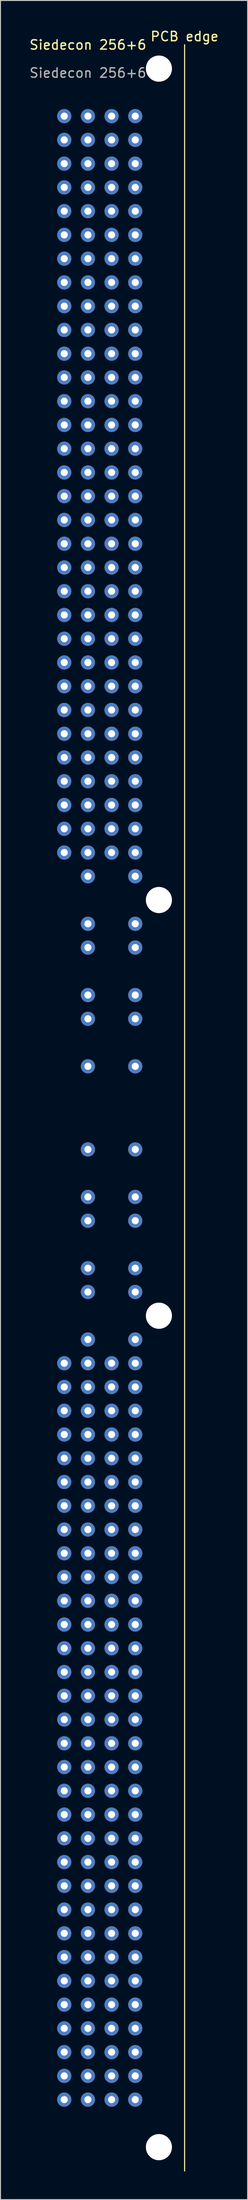
<source format=kicad_pcb>
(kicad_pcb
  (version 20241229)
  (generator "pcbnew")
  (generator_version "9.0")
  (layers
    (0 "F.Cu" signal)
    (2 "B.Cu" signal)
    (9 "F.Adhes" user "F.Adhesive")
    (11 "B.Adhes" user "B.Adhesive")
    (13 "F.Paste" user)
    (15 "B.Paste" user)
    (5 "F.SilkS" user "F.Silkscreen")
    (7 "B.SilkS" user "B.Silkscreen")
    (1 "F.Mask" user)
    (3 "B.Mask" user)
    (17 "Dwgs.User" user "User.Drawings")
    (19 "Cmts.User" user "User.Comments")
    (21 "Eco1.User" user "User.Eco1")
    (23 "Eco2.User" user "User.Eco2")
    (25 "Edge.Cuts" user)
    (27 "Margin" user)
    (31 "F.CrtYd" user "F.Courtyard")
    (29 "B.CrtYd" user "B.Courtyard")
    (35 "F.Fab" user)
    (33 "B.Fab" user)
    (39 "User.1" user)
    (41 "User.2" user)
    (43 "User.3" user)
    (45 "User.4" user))
  (footprint "Siedecon 256+6"
    (layer "F.Cu")
    (at 3.847 9.368)
    (property "Reference" "Siedecon 256+6" (at 2.54 -7.62 0) (unlocked yes) (layer "F.SilkS") (effects (font (size 1 1) (thickness 0.15))))
    (attr through_hole)
    (fp_line (start 12.92 -7.63) (end 12.92 219.72) (stroke (width 0.12) (type solid)) (layer "F.SilkS"))
    (fp_text user "PCB edge" (at 12.914 -8.52 0) (unlocked yes) (layer "F.SilkS") (effects (font (size 1 1) (thickness 0.15))))
    (fp_text user "${REFERENCE}" (at 2.54 -4.62 0) (unlocked yes) (layer "F.Fab") (effects (font (size 1 1) (thickness 0.15))))
    (pad "" np_thru_hole circle (at 10.16 -5.08) (size 2.8 2.8) (drill 2.8) (layers "*.Cu" "*.Mask"))
    (pad "" np_thru_hole circle (at 10.16 83.82) (size 2.8 2.8) (drill 2.8) (layers "*.Cu" "*.Mask"))
    (pad "" np_thru_hole circle (at 10.16 128.27) (size 2.8 2.8) (drill 2.8) (layers "*.Cu" "*.Mask"))
    (pad "" np_thru_hole circle (at 10.16 217.17) (size 2.8 2.8) (drill 2.8) (layers "*.Cu" "*.Mask"))
    (pad "a1" thru_hole circle (at 7.62 0) (size 1.524 1.524) (drill 0.762) (layers "*.Cu" "*.Mask"))
    (pad "a2" thru_hole circle (at 7.62 2.54) (size 1.524 1.524) (drill 0.762) (layers "*.Cu" "*.Mask"))
    (pad "a3" thru_hole circle (at 7.62 5.08) (size 1.524 1.524) (drill 0.762) (layers "*.Cu" "*.Mask"))
    (pad "a4" thru_hole circle (at 7.62 7.62) (size 1.524 1.524) (drill 0.762) (layers "*.Cu" "*.Mask"))
    (pad "a5" thru_hole circle (at 7.62 10.16) (size 1.524 1.524) (drill 0.762) (layers "*.Cu" "*.Mask"))
    (pad "a6" thru_hole circle (at 7.62 12.7) (size 1.524 1.524) (drill 0.762) (layers "*.Cu" "*.Mask"))
    (pad "a7" thru_hole circle (at 7.62 15.24) (size 1.524 1.524) (drill 0.762) (layers "*.Cu" "*.Mask"))
    (pad "a8" thru_hole circle (at 7.62 17.78) (size 1.524 1.524) (drill 0.762) (layers "*.Cu" "*.Mask"))
    (pad "a9" thru_hole circle (at 7.62 20.32) (size 1.524 1.524) (drill 0.762) (layers "*.Cu" "*.Mask"))
    (pad "a10" thru_hole circle (at 7.62 22.86) (size 1.524 1.524) (drill 0.762) (layers "*.Cu" "*.Mask"))
    (pad "a11" thru_hole circle (at 7.62 25.4) (size 1.524 1.524) (drill 0.762) (layers "*.Cu" "*.Mask"))
    (pad "a12" thru_hole circle (at 7.62 27.94) (size 1.524 1.524) (drill 0.762) (layers "*.Cu" "*.Mask"))
    (pad "a13" thru_hole circle (at 7.62 30.48) (size 1.524 1.524) (drill 0.762) (layers "*.Cu" "*.Mask"))
    (pad "a14" thru_hole circle (at 7.62 33.02) (size 1.524 1.524) (drill 0.762) (layers "*.Cu" "*.Mask"))
    (pad "a15" thru_hole circle (at 7.62 35.56) (size 1.524 1.524) (drill 0.762) (layers "*.Cu" "*.Mask"))
    (pad "a16" thru_hole circle (at 7.62 38.1) (size 1.524 1.524) (drill 0.762) (layers "*.Cu" "*.Mask"))
    (pad "a17" thru_hole circle (at 7.62 40.64) (size 1.524 1.524) (drill 0.762) (layers "*.Cu" "*.Mask"))
    (pad "a18" thru_hole circle (at 7.62 43.18) (size 1.524 1.524) (drill 0.762) (layers "*.Cu" "*.Mask"))
    (pad "a19" thru_hole circle (at 7.62 45.72) (size 1.524 1.524) (drill 0.762) (layers "*.Cu" "*.Mask"))
    (pad "a20" thru_hole circle (at 7.62 48.26) (size 1.524 1.524) (drill 0.762) (layers "*.Cu" "*.Mask"))
    (pad "a21" thru_hole circle (at 7.62 50.8) (size 1.524 1.524) (drill 0.762) (layers "*.Cu" "*.Mask"))
    (pad "a22" thru_hole circle (at 7.62 53.34) (size 1.524 1.524) (drill 0.762) (layers "*.Cu" "*.Mask"))
    (pad "a23" thru_hole circle (at 7.62 55.88) (size 1.524 1.524) (drill 0.762) (layers "*.Cu" "*.Mask"))
    (pad "a24" thru_hole circle (at 7.62 58.42) (size 1.524 1.524) (drill 0.762) (layers "*.Cu" "*.Mask"))
    (pad "a25" thru_hole circle (at 7.62 60.96) (size 1.524 1.524) (drill 0.762) (layers "*.Cu" "*.Mask"))
    (pad "a26" thru_hole circle (at 7.62 63.5) (size 1.524 1.524) (drill 0.762) (layers "*.Cu" "*.Mask"))
    (pad "a27" thru_hole circle (at 7.62 66.04) (size 1.524 1.524) (drill 0.762) (layers "*.Cu" "*.Mask"))
    (pad "a28" thru_hole circle (at 7.62 68.58) (size 1.524 1.524) (drill 0.762) (layers "*.Cu" "*.Mask"))
    (pad "a29" thru_hole circle (at 7.62 71.12) (size 1.524 1.524) (drill 0.762) (layers "*.Cu" "*.Mask"))
    (pad "a30" thru_hole circle (at 7.62 73.66) (size 1.524 1.524) (drill 0.762) (layers "*.Cu" "*.Mask"))
    (pad "a31" thru_hole circle (at 7.62 76.2) (size 1.524 1.524) (drill 0.762) (layers "*.Cu" "*.Mask"))
    (pad "a32" thru_hole circle (at 7.62 78.74) (size 1.524 1.524) (drill 0.762) (layers "*.Cu" "*.Mask"))
    (pad "a54" thru_hole circle (at 7.62 133.35) (size 1.524 1.524) (drill 0.762) (layers "*.Cu" "*.Mask"))
    (pad "a55" thru_hole circle (at 7.62 135.89) (size 1.524 1.524) (drill 0.762) (layers "*.Cu" "*.Mask"))
    (pad "a56" thru_hole circle (at 7.62 138.43) (size 1.524 1.524) (drill 0.762) (layers "*.Cu" "*.Mask"))
    (pad "a57" thru_hole circle (at 7.62 140.97) (size 1.524 1.524) (drill 0.762) (layers "*.Cu" "*.Mask"))
    (pad "a58" thru_hole circle (at 7.62 143.51) (size 1.524 1.524) (drill 0.762) (layers "*.Cu" "*.Mask"))
    (pad "a59" thru_hole circle (at 7.62 146.05) (size 1.524 1.524) (drill 0.762) (layers "*.Cu" "*.Mask"))
    (pad "a60" thru_hole circle (at 7.62 148.59) (size 1.524 1.524) (drill 0.762) (layers "*.Cu" "*.Mask"))
    (pad "a61" thru_hole circle (at 7.62 151.13) (size 1.524 1.524) (drill 0.762) (layers "*.Cu" "*.Mask"))
    (pad "a62" thru_hole circle (at 7.62 153.67) (size 1.524 1.524) (drill 0.762) (layers "*.Cu" "*.Mask"))
    (pad "a63" thru_hole circle (at 7.62 156.21) (size 1.524 1.524) (drill 0.762) (layers "*.Cu" "*.Mask"))
    (pad "a64" thru_hole circle (at 7.62 158.75) (size 1.524 1.524) (drill 0.762) (layers "*.Cu" "*.Mask"))
    (pad "a65" thru_hole circle (at 7.62 161.29) (size 1.524 1.524) (drill 0.762) (layers "*.Cu" "*.Mask"))
    (pad "a66" thru_hole circle (at 7.62 163.83) (size 1.524 1.524) (drill 0.762) (layers "*.Cu" "*.Mask"))
    (pad "a67" thru_hole circle (at 7.62 166.37) (size 1.524 1.524) (drill 0.762) (layers "*.Cu" "*.Mask"))
    (pad "a68" thru_hole circle (at 7.62 168.91) (size 1.524 1.524) (drill 0.762) (layers "*.Cu" "*.Mask"))
    (pad "a69" thru_hole circle (at 7.62 171.45) (size 1.524 1.524) (drill 0.762) (layers "*.Cu" "*.Mask"))
    (pad "a70" thru_hole circle (at 7.62 173.99) (size 1.524 1.524) (drill 0.762) (layers "*.Cu" "*.Mask"))
    (pad "a71" thru_hole circle (at 7.62 176.53) (size 1.524 1.524) (drill 0.762) (layers "*.Cu" "*.Mask"))
    (pad "a72" thru_hole circle (at 7.62 179.07) (size 1.524 1.524) (drill 0.762) (layers "*.Cu" "*.Mask"))
    (pad "a73" thru_hole circle (at 7.62 181.61) (size 1.524 1.524) (drill 0.762) (layers "*.Cu" "*.Mask"))
    (pad "a74" thru_hole circle (at 7.62 184.15) (size 1.524 1.524) (drill 0.762) (layers "*.Cu" "*.Mask"))
    (pad "a75" thru_hole circle (at 7.62 186.69) (size 1.524 1.524) (drill 0.762) (layers "*.Cu" "*.Mask"))
    (pad "a76" thru_hole circle (at 7.62 189.23) (size 1.524 1.524) (drill 0.762) (layers "*.Cu" "*.Mask"))
    (pad "a77" thru_hole circle (at 7.62 191.77) (size 1.524 1.524) (drill 0.762) (layers "*.Cu" "*.Mask"))
    (pad "a78" thru_hole circle (at 7.62 194.31) (size 1.524 1.524) (drill 0.762) (layers "*.Cu" "*.Mask"))
    (pad "a79" thru_hole circle (at 7.62 196.85) (size 1.524 1.524) (drill 0.762) (layers "*.Cu" "*.Mask"))
    (pad "a80" thru_hole circle (at 7.62 199.39) (size 1.524 1.524) (drill 0.762) (layers "*.Cu" "*.Mask"))
    (pad "a81" thru_hole circle (at 7.62 201.93) (size 1.524 1.524) (drill 0.762) (layers "*.Cu" "*.Mask"))
    (pad "a82" thru_hole circle (at 7.62 204.47) (size 1.524 1.524) (drill 0.762) (layers "*.Cu" "*.Mask"))
    (pad "a83" thru_hole circle (at 7.62 207.01) (size 1.524 1.524) (drill 0.762) (layers "*.Cu" "*.Mask"))
    (pad "a84" thru_hole circle (at 7.62 209.55) (size 1.524 1.524) (drill 0.762) (layers "*.Cu" "*.Mask"))
    (pad "a85" thru_hole circle (at 7.62 212.09) (size 1.524 1.524) (drill 0.762) (layers "*.Cu" "*.Mask"))
    (pad "b1" thru_hole circle (at 5.08 0) (size 1.524 1.524) (drill 0.762) (layers "*.Cu" "*.Mask"))
    (pad "b2" thru_hole circle (at 5.08 2.54) (size 1.524 1.524) (drill 0.762) (layers "*.Cu" "*.Mask"))
    (pad "b3" thru_hole circle (at 5.08 5.08) (size 1.524 1.524) (drill 0.762) (layers "*.Cu" "*.Mask"))
    (pad "b4" thru_hole circle (at 5.08 7.62) (size 1.524 1.524) (drill 0.762) (layers "*.Cu" "*.Mask"))
    (pad "b5" thru_hole circle (at 5.08 10.16) (size 1.524 1.524) (drill 0.762) (layers "*.Cu" "*.Mask"))
    (pad "b6" thru_hole circle (at 5.08 12.7) (size 1.524 1.524) (drill 0.762) (layers "*.Cu" "*.Mask"))
    (pad "b7" thru_hole circle (at 5.08 15.24) (size 1.524 1.524) (drill 0.762) (layers "*.Cu" "*.Mask"))
    (pad "b8" thru_hole circle (at 5.08 17.78) (size 1.524 1.524) (drill 0.762) (layers "*.Cu" "*.Mask"))
    (pad "b9" thru_hole circle (at 5.08 20.32) (size 1.524 1.524) (drill 0.762) (layers "*.Cu" "*.Mask"))
    (pad "b10" thru_hole circle (at 5.08 22.86) (size 1.524 1.524) (drill 0.762) (layers "*.Cu" "*.Mask"))
    (pad "b11" thru_hole circle (at 5.08 25.4) (size 1.524 1.524) (drill 0.762) (layers "*.Cu" "*.Mask"))
    (pad "b12" thru_hole circle (at 5.08 27.94) (size 1.524 1.524) (drill 0.762) (layers "*.Cu" "*.Mask"))
    (pad "b13" thru_hole circle (at 5.08 30.48) (size 1.524 1.524) (drill 0.762) (layers "*.Cu" "*.Mask"))
    (pad "b14" thru_hole circle (at 5.08 33.02) (size 1.524 1.524) (drill 0.762) (layers "*.Cu" "*.Mask"))
    (pad "b15" thru_hole circle (at 5.08 35.56) (size 1.524 1.524) (drill 0.762) (layers "*.Cu" "*.Mask"))
    (pad "b16" thru_hole circle (at 5.08 38.1) (size 1.524 1.524) (drill 0.762) (layers "*.Cu" "*.Mask"))
    (pad "b17" thru_hole circle (at 5.08 40.64) (size 1.524 1.524) (drill 0.762) (layers "*.Cu" "*.Mask"))
    (pad "b18" thru_hole circle (at 5.08 43.18) (size 1.524 1.524) (drill 0.762) (layers "*.Cu" "*.Mask"))
    (pad "b19" thru_hole circle (at 5.08 45.72) (size 1.524 1.524) (drill 0.762) (layers "*.Cu" "*.Mask"))
    (pad "b20" thru_hole circle (at 5.08 48.26) (size 1.524 1.524) (drill 0.762) (layers "*.Cu" "*.Mask"))
    (pad "b21" thru_hole circle (at 5.08 50.8) (size 1.524 1.524) (drill 0.762) (layers "*.Cu" "*.Mask"))
    (pad "b22" thru_hole circle (at 5.08 53.34) (size 1.524 1.524) (drill 0.762) (layers "*.Cu" "*.Mask"))
    (pad "b23" thru_hole circle (at 5.08 55.88) (size 1.524 1.524) (drill 0.762) (layers "*.Cu" "*.Mask"))
    (pad "b24" thru_hole circle (at 5.08 58.42) (size 1.524 1.524) (drill 0.762) (layers "*.Cu" "*.Mask"))
    (pad "b25" thru_hole circle (at 5.08 60.96) (size 1.524 1.524) (drill 0.762) (layers "*.Cu" "*.Mask"))
    (pad "b26" thru_hole circle (at 5.08 63.5) (size 1.524 1.524) (drill 0.762) (layers "*.Cu" "*.Mask"))
    (pad "b27" thru_hole circle (at 5.08 66.04) (size 1.524 1.524) (drill 0.762) (layers "*.Cu" "*.Mask"))
    (pad "b28" thru_hole circle (at 5.08 68.58) (size 1.524 1.524) (drill 0.762) (layers "*.Cu" "*.Mask"))
    (pad "b29" thru_hole circle (at 5.08 71.12) (size 1.524 1.524) (drill 0.762) (layers "*.Cu" "*.Mask"))
    (pad "b30" thru_hole circle (at 5.08 73.66) (size 1.524 1.524) (drill 0.762) (layers "*.Cu" "*.Mask"))
    (pad "b31" thru_hole circle (at 5.08 76.2) (size 1.524 1.524) (drill 0.762) (layers "*.Cu" "*.Mask"))
    (pad "b32" thru_hole circle (at 5.08 78.74) (size 1.524 1.524) (drill 0.762) (layers "*.Cu" "*.Mask"))
    (pad "b54" thru_hole circle (at 5.08 133.35) (size 1.524 1.524) (drill 0.762) (layers "*.Cu" "*.Mask"))
    (pad "b55" thru_hole circle (at 5.08 135.89) (size 1.524 1.524) (drill 0.762) (layers "*.Cu" "*.Mask"))
    (pad "b56" thru_hole circle (at 5.08 138.43) (size 1.524 1.524) (drill 0.762) (layers "*.Cu" "*.Mask"))
    (pad "b57" thru_hole circle (at 5.08 140.97) (size 1.524 1.524) (drill 0.762) (layers "*.Cu" "*.Mask"))
    (pad "b58" thru_hole circle (at 5.08 143.51) (size 1.524 1.524) (drill 0.762) (layers "*.Cu" "*.Mask"))
    (pad "b59" thru_hole circle (at 5.08 146.05) (size 1.524 1.524) (drill 0.762) (layers "*.Cu" "*.Mask"))
    (pad "b60" thru_hole circle (at 5.08 148.59) (size 1.524 1.524) (drill 0.762) (layers "*.Cu" "*.Mask"))
    (pad "b61" thru_hole circle (at 5.08 151.13) (size 1.524 1.524) (drill 0.762) (layers "*.Cu" "*.Mask"))
    (pad "b62" thru_hole circle (at 5.08 153.67) (size 1.524 1.524) (drill 0.762) (layers "*.Cu" "*.Mask"))
    (pad "b63" thru_hole circle (at 5.08 156.21) (size 1.524 1.524) (drill 0.762) (layers "*.Cu" "*.Mask"))
    (pad "b64" thru_hole circle (at 5.08 158.75) (size 1.524 1.524) (drill 0.762) (layers "*.Cu" "*.Mask"))
    (pad "b65" thru_hole circle (at 5.08 161.29) (size 1.524 1.524) (drill 0.762) (layers "*.Cu" "*.Mask"))
    (pad "b66" thru_hole circle (at 5.08 163.83) (size 1.524 1.524) (drill 0.762) (layers "*.Cu" "*.Mask"))
    (pad "b67" thru_hole circle (at 5.08 166.37) (size 1.524 1.524) (drill 0.762) (layers "*.Cu" "*.Mask"))
    (pad "b68" thru_hole circle (at 5.08 168.91) (size 1.524 1.524) (drill 0.762) (layers "*.Cu" "*.Mask"))
    (pad "b69" thru_hole circle (at 5.08 171.45) (size 1.524 1.524) (drill 0.762) (layers "*.Cu" "*.Mask"))
    (pad "b70" thru_hole circle (at 5.08 173.99) (size 1.524 1.524) (drill 0.762) (layers "*.Cu" "*.Mask"))
    (pad "b71" thru_hole circle (at 5.08 176.53) (size 1.524 1.524) (drill 0.762) (layers "*.Cu" "*.Mask"))
    (pad "b72" thru_hole circle (at 5.08 179.07) (size 1.524 1.524) (drill 0.762) (layers "*.Cu" "*.Mask"))
    (pad "b73" thru_hole circle (at 5.08 181.61) (size 1.524 1.524) (drill 0.762) (layers "*.Cu" "*.Mask"))
    (pad "b74" thru_hole circle (at 5.08 184.15) (size 1.524 1.524) (drill 0.762) (layers "*.Cu" "*.Mask"))
    (pad "b75" thru_hole circle (at 5.08 186.69) (size 1.524 1.524) (drill 0.762) (layers "*.Cu" "*.Mask"))
    (pad "b76" thru_hole circle (at 5.08 189.23) (size 1.524 1.524) (drill 0.762) (layers "*.Cu" "*.Mask"))
    (pad "b77" thru_hole circle (at 5.08 191.77) (size 1.524 1.524) (drill 0.762) (layers "*.Cu" "*.Mask"))
    (pad "b78" thru_hole circle (at 5.08 194.31) (size 1.524 1.524) (drill 0.762) (layers "*.Cu" "*.Mask"))
    (pad "b79" thru_hole circle (at 5.08 196.85) (size 1.524 1.524) (drill 0.762) (layers "*.Cu" "*.Mask"))
    (pad "b80" thru_hole circle (at 5.08 199.39) (size 1.524 1.524) (drill 0.762) (layers "*.Cu" "*.Mask"))
    (pad "b81" thru_hole circle (at 5.08 201.93) (size 1.524 1.524) (drill 0.762) (layers "*.Cu" "*.Mask"))
    (pad "b82" thru_hole circle (at 5.08 204.47) (size 1.524 1.524) (drill 0.762) (layers "*.Cu" "*.Mask"))
    (pad "b83" thru_hole circle (at 5.08 207.01) (size 1.524 1.524) (drill 0.762) (layers "*.Cu" "*.Mask"))
    (pad "b84" thru_hole circle (at 5.08 209.55) (size 1.524 1.524) (drill 0.762) (layers "*.Cu" "*.Mask"))
    (pad "b85" thru_hole circle (at 5.08 212.09) (size 1.524 1.524) (drill 0.762) (layers "*.Cu" "*.Mask"))
    (pad "c1" thru_hole circle (at 2.54 0) (size 1.524 1.524) (drill 0.762) (layers "*.Cu" "*.Mask"))
    (pad "c2" thru_hole circle (at 2.54 2.54) (size 1.524 1.524) (drill 0.762) (layers "*.Cu" "*.Mask"))
    (pad "c3" thru_hole circle (at 2.54 5.08) (size 1.524 1.524) (drill 0.762) (layers "*.Cu" "*.Mask"))
    (pad "c4" thru_hole circle (at 2.54 7.62) (size 1.524 1.524) (drill 0.762) (layers "*.Cu" "*.Mask"))
    (pad "c5" thru_hole circle (at 2.54 10.16) (size 1.524 1.524) (drill 0.762) (layers "*.Cu" "*.Mask"))
    (pad "c6" thru_hole circle (at 2.54 12.7) (size 1.524 1.524) (drill 0.762) (layers "*.Cu" "*.Mask"))
    (pad "c7" thru_hole circle (at 2.54 15.24) (size 1.524 1.524) (drill 0.762) (layers "*.Cu" "*.Mask"))
    (pad "c8" thru_hole circle (at 2.54 17.78) (size 1.524 1.524) (drill 0.762) (layers "*.Cu" "*.Mask"))
    (pad "c9" thru_hole circle (at 2.54 20.32) (size 1.524 1.524) (drill 0.762) (layers "*.Cu" "*.Mask"))
    (pad "c10" thru_hole circle (at 2.54 22.86) (size 1.524 1.524) (drill 0.762) (layers "*.Cu" "*.Mask"))
    (pad "c11" thru_hole circle (at 2.54 25.4) (size 1.524 1.524) (drill 0.762) (layers "*.Cu" "*.Mask"))
    (pad "c12" thru_hole circle (at 2.54 27.94) (size 1.524 1.524) (drill 0.762) (layers "*.Cu" "*.Mask"))
    (pad "c13" thru_hole circle (at 2.54 30.48) (size 1.524 1.524) (drill 0.762) (layers "*.Cu" "*.Mask"))
    (pad "c14" thru_hole circle (at 2.54 33.02) (size 1.524 1.524) (drill 0.762) (layers "*.Cu" "*.Mask"))
    (pad "c15" thru_hole circle (at 2.54 35.56) (size 1.524 1.524) (drill 0.762) (layers "*.Cu" "*.Mask"))
    (pad "c16" thru_hole circle (at 2.54 38.1) (size 1.524 1.524) (drill 0.762) (layers "*.Cu" "*.Mask"))
    (pad "c17" thru_hole circle (at 2.54 40.64) (size 1.524 1.524) (drill 0.762) (layers "*.Cu" "*.Mask"))
    (pad "c18" thru_hole circle (at 2.54 43.18) (size 1.524 1.524) (drill 0.762) (layers "*.Cu" "*.Mask"))
    (pad "c19" thru_hole circle (at 2.54 45.72) (size 1.524 1.524) (drill 0.762) (layers "*.Cu" "*.Mask"))
    (pad "c20" thru_hole circle (at 2.54 48.26) (size 1.524 1.524) (drill 0.762) (layers "*.Cu" "*.Mask"))
    (pad "c21" thru_hole circle (at 2.54 50.8) (size 1.524 1.524) (drill 0.762) (layers "*.Cu" "*.Mask"))
    (pad "c22" thru_hole circle (at 2.54 53.34) (size 1.524 1.524) (drill 0.762) (layers "*.Cu" "*.Mask"))
    (pad "c23" thru_hole circle (at 2.54 55.88) (size 1.524 1.524) (drill 0.762) (layers "*.Cu" "*.Mask"))
    (pad "c24" thru_hole circle (at 2.54 58.42) (size 1.524 1.524) (drill 0.762) (layers "*.Cu" "*.Mask"))
    (pad "c25" thru_hole circle (at 2.54 60.96) (size 1.524 1.524) (drill 0.762) (layers "*.Cu" "*.Mask"))
    (pad "c26" thru_hole circle (at 2.54 63.5) (size 1.524 1.524) (drill 0.762) (layers "*.Cu" "*.Mask"))
    (pad "c27" thru_hole circle (at 2.54 66.04) (size 1.524 1.524) (drill 0.762) (layers "*.Cu" "*.Mask"))
    (pad "c28" thru_hole circle (at 2.54 68.58) (size 1.524 1.524) (drill 0.762) (layers "*.Cu" "*.Mask"))
    (pad "c29" thru_hole circle (at 2.54 71.12) (size 1.524 1.524) (drill 0.762) (layers "*.Cu" "*.Mask"))
    (pad "c30" thru_hole circle (at 2.54 73.66) (size 1.524 1.524) (drill 0.762) (layers "*.Cu" "*.Mask"))
    (pad "c31" thru_hole circle (at 2.54 76.2) (size 1.524 1.524) (drill 0.762) (layers "*.Cu" "*.Mask"))
    (pad "c32" thru_hole circle (at 2.54 78.74) (size 1.524 1.524) (drill 0.762) (layers "*.Cu" "*.Mask"))
    (pad "c54" thru_hole circle (at 2.54 133.35) (size 1.524 1.524) (drill 0.762) (layers "*.Cu" "*.Mask"))
    (pad "c55" thru_hole circle (at 2.54 135.89) (size 1.524 1.524) (drill 0.762) (layers "*.Cu" "*.Mask"))
    (pad "c56" thru_hole circle (at 2.54 138.43) (size 1.524 1.524) (drill 0.762) (layers "*.Cu" "*.Mask"))
    (pad "c57" thru_hole circle (at 2.54 140.97) (size 1.524 1.524) (drill 0.762) (layers "*.Cu" "*.Mask"))
    (pad "c58" thru_hole circle (at 2.54 143.51) (size 1.524 1.524) (drill 0.762) (layers "*.Cu" "*.Mask"))
    (pad "c59" thru_hole circle (at 2.54 146.05) (size 1.524 1.524) (drill 0.762) (layers "*.Cu" "*.Mask"))
    (pad "c60" thru_hole circle (at 2.54 148.59) (size 1.524 1.524) (drill 0.762) (layers "*.Cu" "*.Mask"))
    (pad "c61" thru_hole circle (at 2.54 151.13) (size 1.524 1.524) (drill 0.762) (layers "*.Cu" "*.Mask"))
    (pad "c62" thru_hole circle (at 2.54 153.67) (size 1.524 1.524) (drill 0.762) (layers "*.Cu" "*.Mask"))
    (pad "c63" thru_hole circle (at 2.54 156.21) (size 1.524 1.524) (drill 0.762) (layers "*.Cu" "*.Mask"))
    (pad "c64" thru_hole circle (at 2.54 158.75) (size 1.524 1.524) (drill 0.762) (layers "*.Cu" "*.Mask"))
    (pad "c65" thru_hole circle (at 2.54 161.29) (size 1.524 1.524) (drill 0.762) (layers "*.Cu" "*.Mask"))
    (pad "c66" thru_hole circle (at 2.54 163.83) (size 1.524 1.524) (drill 0.762) (layers "*.Cu" "*.Mask"))
    (pad "c67" thru_hole circle (at 2.54 166.37) (size 1.524 1.524) (drill 0.762) (layers "*.Cu" "*.Mask"))
    (pad "c68" thru_hole circle (at 2.54 168.91) (size 1.524 1.524) (drill 0.762) (layers "*.Cu" "*.Mask"))
    (pad "c69" thru_hole circle (at 2.54 171.45) (size 1.524 1.524) (drill 0.762) (layers "*.Cu" "*.Mask"))
    (pad "c70" thru_hole circle (at 2.54 173.99) (size 1.524 1.524) (drill 0.762) (layers "*.Cu" "*.Mask"))
    (pad "c71" thru_hole circle (at 2.54 176.53) (size 1.524 1.524) (drill 0.762) (layers "*.Cu" "*.Mask"))
    (pad "c72" thru_hole circle (at 2.54 179.07) (size 1.524 1.524) (drill 0.762) (layers "*.Cu" "*.Mask"))
    (pad "c73" thru_hole circle (at 2.54 181.61) (size 1.524 1.524) (drill 0.762) (layers "*.Cu" "*.Mask"))
    (pad "c74" thru_hole circle (at 2.54 184.15) (size 1.524 1.524) (drill 0.762) (layers "*.Cu" "*.Mask"))
    (pad "c75" thru_hole circle (at 2.54 186.69) (size 1.524 1.524) (drill 0.762) (layers "*.Cu" "*.Mask"))
    (pad "c76" thru_hole circle (at 2.54 189.23) (size 1.524 1.524) (drill 0.762) (layers "*.Cu" "*.Mask"))
    (pad "c77" thru_hole circle (at 2.54 191.77) (size 1.524 1.524) (drill 0.762) (layers "*.Cu" "*.Mask"))
    (pad "c78" thru_hole circle (at 2.54 194.31) (size 1.524 1.524) (drill 0.762) (layers "*.Cu" "*.Mask"))
    (pad "c79" thru_hole circle (at 2.54 196.85) (size 1.524 1.524) (drill 0.762) (layers "*.Cu" "*.Mask"))
    (pad "c80" thru_hole circle (at 2.54 199.39) (size 1.524 1.524) (drill 0.762) (layers "*.Cu" "*.Mask"))
    (pad "c81" thru_hole circle (at 2.54 201.93) (size 1.524 1.524) (drill 0.762) (layers "*.Cu" "*.Mask"))
    (pad "c82" thru_hole circle (at 2.54 204.47) (size 1.524 1.524) (drill 0.762) (layers "*.Cu" "*.Mask"))
    (pad "c83" thru_hole circle (at 2.54 207.01) (size 1.524 1.524) (drill 0.762) (layers "*.Cu" "*.Mask"))
    (pad "c84" thru_hole circle (at 2.54 209.55) (size 1.524 1.524) (drill 0.762) (layers "*.Cu" "*.Mask"))
    (pad "c85" thru_hole circle (at 2.54 212.09) (size 1.524 1.524) (drill 0.762) (layers "*.Cu" "*.Mask"))
    (pad "d1" thru_hole circle (at 0 0) (size 1.524 1.524) (drill 0.762) (layers "*.Cu" "*.Mask"))
    (pad "d2" thru_hole circle (at 0 2.54) (size 1.524 1.524) (drill 0.762) (layers "*.Cu" "*.Mask"))
    (pad "d3" thru_hole circle (at 0 5.08) (size 1.524 1.524) (drill 0.762) (layers "*.Cu" "*.Mask"))
    (pad "d4" thru_hole circle (at 0 7.62) (size 1.524 1.524) (drill 0.762) (layers "*.Cu" "*.Mask"))
    (pad "d5" thru_hole circle (at 0 10.16) (size 1.524 1.524) (drill 0.762) (layers "*.Cu" "*.Mask"))
    (pad "d6" thru_hole circle (at 0 12.7) (size 1.524 1.524) (drill 0.762) (layers "*.Cu" "*.Mask"))
    (pad "d7" thru_hole circle (at 0 15.24) (size 1.524 1.524) (drill 0.762) (layers "*.Cu" "*.Mask"))
    (pad "d8" thru_hole circle (at 0 17.78) (size 1.524 1.524) (drill 0.762) (layers "*.Cu" "*.Mask"))
    (pad "d9" thru_hole circle (at 0 20.32) (size 1.524 1.524) (drill 0.762) (layers "*.Cu" "*.Mask"))
    (pad "d10" thru_hole circle (at 0 22.86) (size 1.524 1.524) (drill 0.762) (layers "*.Cu" "*.Mask"))
    (pad "d11" thru_hole circle (at 0 25.4) (size 1.524 1.524) (drill 0.762) (layers "*.Cu" "*.Mask"))
    (pad "d12" thru_hole circle (at 0 27.94) (size 1.524 1.524) (drill 0.762) (layers "*.Cu" "*.Mask"))
    (pad "d13" thru_hole circle (at 0 30.48) (size 1.524 1.524) (drill 0.762) (layers "*.Cu" "*.Mask"))
    (pad "d14" thru_hole circle (at 0 33.02) (size 1.524 1.524) (drill 0.762) (layers "*.Cu" "*.Mask"))
    (pad "d15" thru_hole circle (at 0 35.56) (size 1.524 1.524) (drill 0.762) (layers "*.Cu" "*.Mask"))
    (pad "d16" thru_hole circle (at 0 38.1) (size 1.524 1.524) (drill 0.762) (layers "*.Cu" "*.Mask"))
    (pad "d17" thru_hole circle (at 0 40.64) (size 1.524 1.524) (drill 0.762) (layers "*.Cu" "*.Mask"))
    (pad "d18" thru_hole circle (at 0 43.18) (size 1.524 1.524) (drill 0.762) (layers "*.Cu" "*.Mask"))
    (pad "d19" thru_hole circle (at 0 45.72) (size 1.524 1.524) (drill 0.762) (layers "*.Cu" "*.Mask"))
    (pad "d20" thru_hole circle (at 0 48.26) (size 1.524 1.524) (drill 0.762) (layers "*.Cu" "*.Mask"))
    (pad "d21" thru_hole circle (at 0 50.8) (size 1.524 1.524) (drill 0.762) (layers "*.Cu" "*.Mask"))
    (pad "d22" thru_hole circle (at 0 53.34) (size 1.524 1.524) (drill 0.762) (layers "*.Cu" "*.Mask"))
    (pad "d23" thru_hole circle (at 0 55.88) (size 1.524 1.524) (drill 0.762) (layers "*.Cu" "*.Mask"))
    (pad "d24" thru_hole circle (at 0 58.42) (size 1.524 1.524) (drill 0.762) (layers "*.Cu" "*.Mask"))
    (pad "d25" thru_hole circle (at 0 60.96) (size 1.524 1.524) (drill 0.762) (layers "*.Cu" "*.Mask"))
    (pad "d26" thru_hole circle (at 0 63.5) (size 1.524 1.524) (drill 0.762) (layers "*.Cu" "*.Mask"))
    (pad "d27" thru_hole circle (at 0 66.04) (size 1.524 1.524) (drill 0.762) (layers "*.Cu" "*.Mask"))
    (pad "d28" thru_hole circle (at 0 68.58) (size 1.524 1.524) (drill 0.762) (layers "*.Cu" "*.Mask"))
    (pad "d29" thru_hole circle (at 0 71.12) (size 1.524 1.524) (drill 0.762) (layers "*.Cu" "*.Mask"))
    (pad "d30" thru_hole circle (at 0 73.66) (size 1.524 1.524) (drill 0.762) (layers "*.Cu" "*.Mask"))
    (pad "d31" thru_hole circle (at 0 76.2) (size 1.524 1.524) (drill 0.762) (layers "*.Cu" "*.Mask"))
    (pad "d32" thru_hole circle (at 0 78.74) (size 1.524 1.524) (drill 0.762) (layers "*.Cu" "*.Mask"))
    (pad "d54" thru_hole circle (at 0 133.35) (size 1.524 1.524) (drill 0.762) (layers "*.Cu" "*.Mask"))
    (pad "d55" thru_hole circle (at 0 135.89) (size 1.524 1.524) (drill 0.762) (layers "*.Cu" "*.Mask"))
    (pad "d56" thru_hole circle (at 0 138.43) (size 1.524 1.524) (drill 0.762) (layers "*.Cu" "*.Mask"))
    (pad "d57" thru_hole circle (at 0 140.97) (size 1.524 1.524) (drill 0.762) (layers "*.Cu" "*.Mask"))
    (pad "d58" thru_hole circle (at 0 143.51) (size 1.524 1.524) (drill 0.762) (layers "*.Cu" "*.Mask"))
    (pad "d59" thru_hole circle (at 0 146.05) (size 1.524 1.524) (drill 0.762) (layers "*.Cu" "*.Mask"))
    (pad "d60" thru_hole circle (at 0 148.59) (size 1.524 1.524) (drill 0.762) (layers "*.Cu" "*.Mask"))
    (pad "d61" thru_hole circle (at 0 151.13) (size 1.524 1.524) (drill 0.762) (layers "*.Cu" "*.Mask"))
    (pad "d62" thru_hole circle (at 0 153.67) (size 1.524 1.524) (drill 0.762) (layers "*.Cu" "*.Mask"))
    (pad "d63" thru_hole circle (at 0 156.21) (size 1.524 1.524) (drill 0.762) (layers "*.Cu" "*.Mask"))
    (pad "d64" thru_hole circle (at 0 158.75) (size 1.524 1.524) (drill 0.762) (layers "*.Cu" "*.Mask"))
    (pad "d65" thru_hole circle (at 0 161.29) (size 1.524 1.524) (drill 0.762) (layers "*.Cu" "*.Mask"))
    (pad "d66" thru_hole circle (at 0 163.83) (size 1.524 1.524) (drill 0.762) (layers "*.Cu" "*.Mask"))
    (pad "d67" thru_hole circle (at 0 166.37) (size 1.524 1.524) (drill 0.762) (layers "*.Cu" "*.Mask"))
    (pad "d68" thru_hole circle (at 0 168.91) (size 1.524 1.524) (drill 0.762) (layers "*.Cu" "*.Mask"))
    (pad "d69" thru_hole circle (at 0 171.45) (size 1.524 1.524) (drill 0.762) (layers "*.Cu" "*.Mask"))
    (pad "d70" thru_hole circle (at 0 173.99) (size 1.524 1.524) (drill 0.762) (layers "*.Cu" "*.Mask"))
    (pad "d71" thru_hole circle (at 0 176.53) (size 1.524 1.524) (drill 0.762) (layers "*.Cu" "*.Mask"))
    (pad "d72" thru_hole circle (at 0 179.07) (size 1.524 1.524) (drill 0.762) (layers "*.Cu" "*.Mask"))
    (pad "d73" thru_hole circle (at 0 181.61) (size 1.524 1.524) (drill 0.762) (layers "*.Cu" "*.Mask"))
    (pad "d74" thru_hole circle (at 0 184.15) (size 1.524 1.524) (drill 0.762) (layers "*.Cu" "*.Mask"))
    (pad "d75" thru_hole circle (at 0 186.69) (size 1.524 1.524) (drill 0.762) (layers "*.Cu" "*.Mask"))
    (pad "d76" thru_hole circle (at 0 189.23) (size 1.524 1.524) (drill 0.762) (layers "*.Cu" "*.Mask"))
    (pad "d77" thru_hole circle (at 0 191.77) (size 1.524 1.524) (drill 0.762) (layers "*.Cu" "*.Mask"))
    (pad "d78" thru_hole circle (at 0 194.31) (size 1.524 1.524) (drill 0.762) (layers "*.Cu" "*.Mask"))
    (pad "d79" thru_hole circle (at 0 196.85) (size 1.524 1.524) (drill 0.762) (layers "*.Cu" "*.Mask"))
    (pad "d80" thru_hole circle (at 0 199.39) (size 1.524 1.524) (drill 0.762) (layers "*.Cu" "*.Mask"))
    (pad "d81" thru_hole circle (at 0 201.93) (size 1.524 1.524) (drill 0.762) (layers "*.Cu" "*.Mask"))
    (pad "d82" thru_hole circle (at 0 204.47) (size 1.524 1.524) (drill 0.762) (layers "*.Cu" "*.Mask"))
    (pad "d83" thru_hole circle (at 0 207.01) (size 1.524 1.524) (drill 0.762) (layers "*.Cu" "*.Mask"))
    (pad "d84" thru_hole circle (at 0 209.55) (size 1.524 1.524) (drill 0.762) (layers "*.Cu" "*.Mask"))
    (pad "d85" thru_hole circle (at 0 212.09) (size 1.524 1.524) (drill 0.762) (layers "*.Cu" "*.Mask"))
    (pad "p1a" thru_hole circle (at 7.62 86.36) (size 1.524 1.524) (drill 0.762) (layers "*.Cu" "*.Mask"))
    (pad "p1b" thru_hole circle (at 2.54 86.36) (size 1.524 1.524) (drill 0.762) (layers "*.Cu" "*.Mask"))
    (pad "p1c" thru_hole circle (at 7.62 81.28) (size 1.524 1.524) (drill 0.762) (layers "*.Cu" "*.Mask"))
    (pad "p1d" thru_hole circle (at 2.54 81.28) (size 1.524 1.524) (drill 0.762) (layers "*.Cu" "*.Mask"))
    (pad "p2a" thru_hole circle (at 7.62 93.98) (size 1.524 1.524) (drill 0.762) (layers "*.Cu" "*.Mask"))
    (pad "p2b" thru_hole circle (at 2.54 93.98) (size 1.524 1.524) (drill 0.762) (layers "*.Cu" "*.Mask"))
    (pad "p2c" thru_hole circle (at 7.62 88.9) (size 1.524 1.524) (drill 0.762) (layers "*.Cu" "*.Mask"))
    (pad "p2d" thru_hole circle (at 2.54 88.9) (size 1.524 1.524) (drill 0.762) (layers "*.Cu" "*.Mask"))
    (pad "p3a" thru_hole circle (at 7.62 101.6) (size 1.524 1.524) (drill 0.762) (layers "*.Cu" "*.Mask"))
    (pad "p3b" thru_hole circle (at 2.54 101.6) (size 1.524 1.524) (drill 0.762) (layers "*.Cu" "*.Mask"))
    (pad "p3c" thru_hole circle (at 7.62 96.52) (size 1.524 1.524) (drill 0.762) (layers "*.Cu" "*.Mask"))
    (pad "p3d" thru_hole circle (at 2.54 96.52) (size 1.524 1.524) (drill 0.762) (layers "*.Cu" "*.Mask"))
    (pad "p4a" thru_hole circle (at 7.62 115.57) (size 1.524 1.524) (drill 0.762) (layers "*.Cu" "*.Mask"))
    (pad "p4b" thru_hole circle (at 2.54 115.57) (size 1.524 1.524) (drill 0.762) (layers "*.Cu" "*.Mask"))
    (pad "p4c" thru_hole circle (at 7.62 110.49) (size 1.524 1.524) (drill 0.762) (layers "*.Cu" "*.Mask"))
    (pad "p4d" thru_hole circle (at 2.54 110.49) (size 1.524 1.524) (drill 0.762) (layers "*.Cu" "*.Mask"))
    (pad "p5a" thru_hole circle (at 7.62 123.19) (size 1.524 1.524) (drill 0.762) (layers "*.Cu" "*.Mask"))
    (pad "p5b" thru_hole circle (at 2.54 123.19) (size 1.524 1.524) (drill 0.762) (layers "*.Cu" "*.Mask"))
    (pad "p5c" thru_hole circle (at 7.62 118.11) (size 1.524 1.524) (drill 0.762) (layers "*.Cu" "*.Mask"))
    (pad "p5d" thru_hole circle (at 2.54 118.11) (size 1.524 1.524) (drill 0.762) (layers "*.Cu" "*.Mask"))
    (pad "p6a" thru_hole circle (at 7.62 130.81) (size 1.524 1.524) (drill 0.762) (layers "*.Cu" "*.Mask"))
    (pad "p6b" thru_hole circle (at 2.54 130.81) (size 1.524 1.524) (drill 0.762) (layers "*.Cu" "*.Mask"))
    (pad "p6c" thru_hole circle (at 7.62 125.73) (size 1.524 1.524) (drill 0.762) (layers "*.Cu" "*.Mask"))
    (pad "p6d" thru_hole circle (at 2.54 125.73) (size 1.524 1.524) (drill 0.762) (layers "*.Cu" "*.Mask")))
  (gr_rect
    (start -3 -3)
    (end 23.528 232.148)
    (stroke (width 0.1) (type default))
    (fill no)
    (layer "Edge.Cuts")))
</source>
